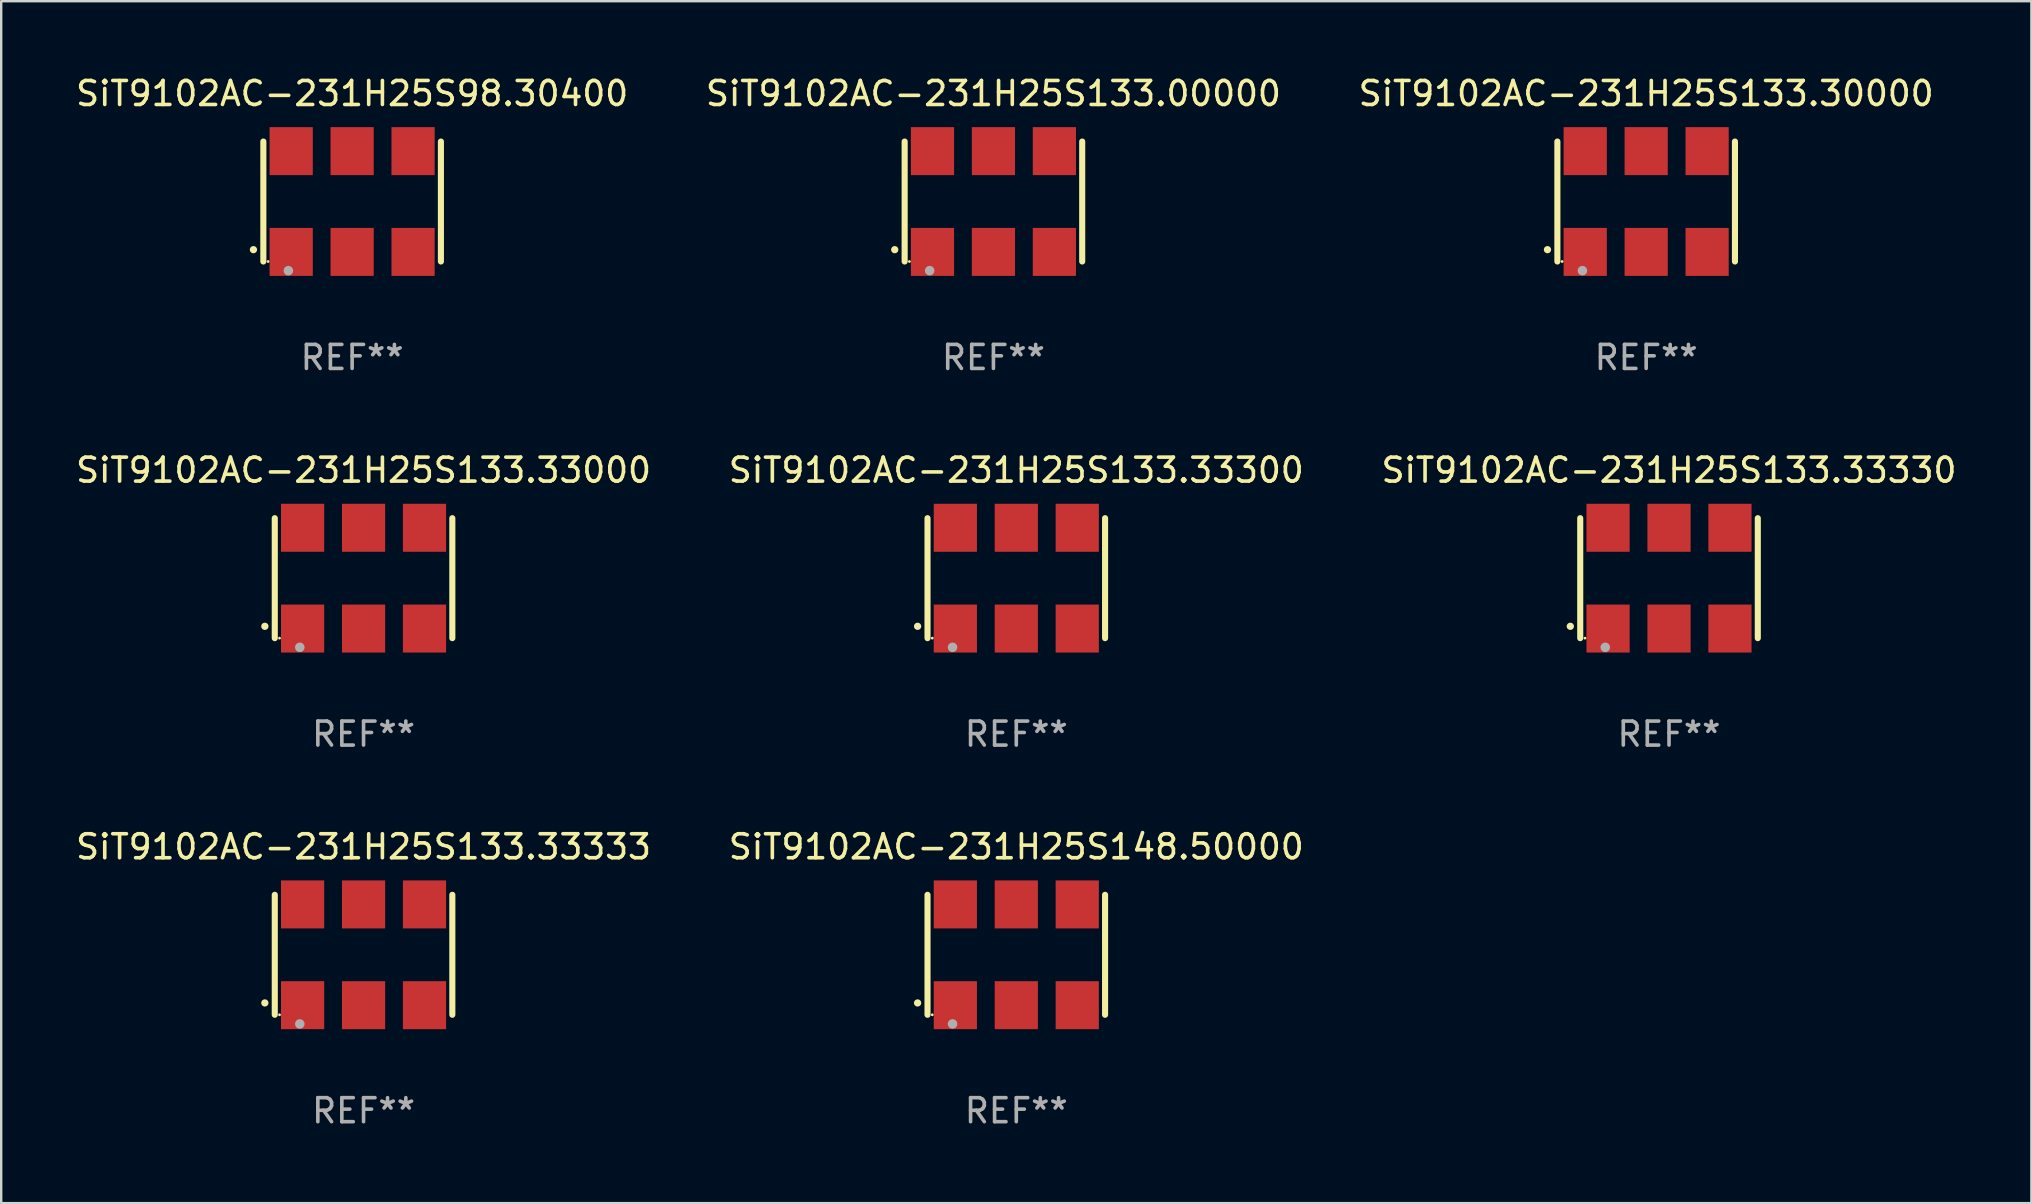
<source format=kicad_pcb>
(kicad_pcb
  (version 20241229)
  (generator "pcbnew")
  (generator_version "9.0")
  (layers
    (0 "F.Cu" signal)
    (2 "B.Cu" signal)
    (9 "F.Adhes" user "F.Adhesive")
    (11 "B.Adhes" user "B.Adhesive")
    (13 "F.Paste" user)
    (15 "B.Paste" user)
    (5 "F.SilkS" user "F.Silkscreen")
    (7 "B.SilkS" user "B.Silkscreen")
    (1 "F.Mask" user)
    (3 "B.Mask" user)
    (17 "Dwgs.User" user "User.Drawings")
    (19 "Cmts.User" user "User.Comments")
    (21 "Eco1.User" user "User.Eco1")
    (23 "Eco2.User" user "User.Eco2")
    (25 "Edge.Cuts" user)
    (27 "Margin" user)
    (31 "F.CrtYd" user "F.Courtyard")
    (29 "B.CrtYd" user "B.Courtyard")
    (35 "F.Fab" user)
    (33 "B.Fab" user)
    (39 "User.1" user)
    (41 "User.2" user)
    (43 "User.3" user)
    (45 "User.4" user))
  (footprint "SiT9102AC-231H25S133.33300"
    (layer "F.Cu")
    (at 39.304 21.045)
    (property "Reference" "SiT9102AC-231H25S133.33300" (at 0 -4.5 0) (layer "F.SilkS") (effects (font (size 1 1) (thickness 0.15))))
    (attr through_hole)
    (fp_line (start -3.7 -2.5) (end -3.7 2.5) (stroke (width 0.254) (type solid)) (layer "F.SilkS"))
    (fp_line (start 3.7 -2.5) (end 3.7 2.5) (stroke (width 0.254) (type solid)) (layer "F.SilkS"))
    (fp_arc (start -4.114415 2.006604) (mid -4.113145 2.006599) (end -4.111875 2.006604) (stroke (width 0.3) (type solid)) (layer "F.SilkS"))
    (fp_circle (center -3.502 2.5) (end -3.472 2.5) (stroke (width 0.06) (type solid)) (fill no) (layer "F.SilkS"))
    (fp_circle (center -2.657 2.882) (end -2.557 2.882) (stroke (width 0.2) (type solid)) (fill no) (layer "F.Fab"))
    (fp_text user "REF**" (at 0 6.5 0) (layer "F.Fab") (effects (font (size 1 1) (thickness 0.15))))
    (pad "1" smd rect (at -2.54 2.1) (size 1.8 2) (layers "F.Cu" "F.Mask" "F.Paste"))
    (pad "2" smd rect (at 0.000394 2.1) (size 1.8 2) (layers "F.Cu" "F.Mask" "F.Paste"))
    (pad "3" smd rect (at 2.54 2.1) (size 1.8 2) (layers "F.Cu" "F.Mask" "F.Paste"))
    (pad "4" smd rect (at 2.54 -2.1) (size 1.8 2) (layers "F.Cu" "F.Mask" "F.Paste"))
    (pad "5" smd rect (at 0.000394 -2.1) (size 1.8 2) (layers "F.Cu" "F.Mask" "F.Paste"))
    (pad "6" smd rect (at -2.54 -2.1) (size 1.8 2) (layers "F.Cu" "F.Mask" "F.Paste")))
  (footprint "SiT9102AC-231H25S133.33330"
    (layer "F.Cu")
    (at 66.506 21.045)
    (property "Reference" "SiT9102AC-231H25S133.33330" (at 0 -4.5 0) (layer "F.SilkS") (effects (font (size 1 1) (thickness 0.15))))
    (attr through_hole)
    (fp_line (start -3.7 -2.5) (end -3.7 2.5) (stroke (width 0.254) (type solid)) (layer "F.SilkS"))
    (fp_line (start 3.7 -2.5) (end 3.7 2.5) (stroke (width 0.254) (type solid)) (layer "F.SilkS"))
    (fp_arc (start -4.114415 2.006604) (mid -4.113145 2.006599) (end -4.111875 2.006604) (stroke (width 0.3) (type solid)) (layer "F.SilkS"))
    (fp_circle (center -3.502 2.5) (end -3.472 2.5) (stroke (width 0.06) (type solid)) (fill no) (layer "F.SilkS"))
    (fp_circle (center -2.657 2.882) (end -2.557 2.882) (stroke (width 0.2) (type solid)) (fill no) (layer "F.Fab"))
    (fp_text user "REF**" (at 0 6.5 0) (layer "F.Fab") (effects (font (size 1 1) (thickness 0.15))))
    (pad "1" smd rect (at -2.54 2.1) (size 1.8 2) (layers "F.Cu" "F.Mask" "F.Paste"))
    (pad "2" smd rect (at 0.000394 2.1) (size 1.8 2) (layers "F.Cu" "F.Mask" "F.Paste"))
    (pad "3" smd rect (at 2.54 2.1) (size 1.8 2) (layers "F.Cu" "F.Mask" "F.Paste"))
    (pad "4" smd rect (at 2.54 -2.1) (size 1.8 2) (layers "F.Cu" "F.Mask" "F.Paste"))
    (pad "5" smd rect (at 0.000394 -2.1) (size 1.8 2) (layers "F.Cu" "F.Mask" "F.Paste"))
    (pad "6" smd rect (at -2.54 -2.1) (size 1.8 2) (layers "F.Cu" "F.Mask" "F.Paste")))
  (footprint "SiT9102AC-231H25S98.30400"
    (layer "F.Cu")
    (at 11.625 5.348)
    (property "Reference" "SiT9102AC-231H25S98.30400" (at 0 -4.5 0) (layer "F.SilkS") (effects (font (size 1 1) (thickness 0.15))))
    (attr through_hole)
    (fp_line (start -3.7 -2.5) (end -3.7 2.5) (stroke (width 0.254) (type solid)) (layer "F.SilkS"))
    (fp_line (start 3.7 -2.5) (end 3.7 2.5) (stroke (width 0.254) (type solid)) (layer "F.SilkS"))
    (fp_arc (start -4.114415 2.006604) (mid -4.113145 2.006599) (end -4.111875 2.006604) (stroke (width 0.3) (type solid)) (layer "F.SilkS"))
    (fp_circle (center -3.502 2.5) (end -3.472 2.5) (stroke (width 0.06) (type solid)) (fill no) (layer "F.SilkS"))
    (fp_circle (center -2.657 2.882) (end -2.557 2.882) (stroke (width 0.2) (type solid)) (fill no) (layer "F.Fab"))
    (fp_text user "REF**" (at 0 6.5 0) (layer "F.Fab") (effects (font (size 1 1) (thickness 0.15))))
    (pad "1" smd rect (at -2.54 2.1) (size 1.8 2) (layers "F.Cu" "F.Mask" "F.Paste"))
    (pad "2" smd rect (at 0.000394 2.1) (size 1.8 2) (layers "F.Cu" "F.Mask" "F.Paste"))
    (pad "3" smd rect (at 2.54 2.1) (size 1.8 2) (layers "F.Cu" "F.Mask" "F.Paste"))
    (pad "4" smd rect (at 2.54 -2.1) (size 1.8 2) (layers "F.Cu" "F.Mask" "F.Paste"))
    (pad "5" smd rect (at 0.000394 -2.1) (size 1.8 2) (layers "F.Cu" "F.Mask" "F.Paste"))
    (pad "6" smd rect (at -2.54 -2.1) (size 1.8 2) (layers "F.Cu" "F.Mask" "F.Paste")))
  (footprint "SiT9102AC-231H25S133.00000"
    (layer "F.Cu")
    (at 38.351 5.348)
    (property "Reference" "SiT9102AC-231H25S133.00000" (at 0 -4.5 0) (layer "F.SilkS") (effects (font (size 1 1) (thickness 0.15))))
    (attr through_hole)
    (fp_line (start -3.7 -2.5) (end -3.7 2.5) (stroke (width 0.254) (type solid)) (layer "F.SilkS"))
    (fp_line (start 3.7 -2.5) (end 3.7 2.5) (stroke (width 0.254) (type solid)) (layer "F.SilkS"))
    (fp_arc (start -4.114415 2.006604) (mid -4.113145 2.006599) (end -4.111875 2.006604) (stroke (width 0.3) (type solid)) (layer "F.SilkS"))
    (fp_circle (center -3.502 2.5) (end -3.472 2.5) (stroke (width 0.06) (type solid)) (fill no) (layer "F.SilkS"))
    (fp_circle (center -2.657 2.882) (end -2.557 2.882) (stroke (width 0.2) (type solid)) (fill no) (layer "F.Fab"))
    (fp_text user "REF**" (at 0 6.5 0) (layer "F.Fab") (effects (font (size 1 1) (thickness 0.15))))
    (pad "1" smd rect (at -2.54 2.1) (size 1.8 2) (layers "F.Cu" "F.Mask" "F.Paste"))
    (pad "2" smd rect (at 0.000394 2.1) (size 1.8 2) (layers "F.Cu" "F.Mask" "F.Paste"))
    (pad "3" smd rect (at 2.54 2.1) (size 1.8 2) (layers "F.Cu" "F.Mask" "F.Paste"))
    (pad "4" smd rect (at 2.54 -2.1) (size 1.8 2) (layers "F.Cu" "F.Mask" "F.Paste"))
    (pad "5" smd rect (at 0.000394 -2.1) (size 1.8 2) (layers "F.Cu" "F.Mask" "F.Paste"))
    (pad "6" smd rect (at -2.54 -2.1) (size 1.8 2) (layers "F.Cu" "F.Mask" "F.Paste")))
  (footprint "SiT9102AC-231H25S133.33000"
    (layer "F.Cu")
    (at 12.101 21.045)
    (property "Reference" "SiT9102AC-231H25S133.33000" (at 0 -4.5 0) (layer "F.SilkS") (effects (font (size 1 1) (thickness 0.15))))
    (attr through_hole)
    (fp_line (start -3.7 -2.5) (end -3.7 2.5) (stroke (width 0.254) (type solid)) (layer "F.SilkS"))
    (fp_line (start 3.7 -2.5) (end 3.7 2.5) (stroke (width 0.254) (type solid)) (layer "F.SilkS"))
    (fp_arc (start -4.114415 2.006604) (mid -4.113145 2.006599) (end -4.111875 2.006604) (stroke (width 0.3) (type solid)) (layer "F.SilkS"))
    (fp_circle (center -3.502 2.5) (end -3.472 2.5) (stroke (width 0.06) (type solid)) (fill no) (layer "F.SilkS"))
    (fp_circle (center -2.657 2.882) (end -2.557 2.882) (stroke (width 0.2) (type solid)) (fill no) (layer "F.Fab"))
    (fp_text user "REF**" (at 0 6.5 0) (layer "F.Fab") (effects (font (size 1 1) (thickness 0.15))))
    (pad "1" smd rect (at -2.54 2.1) (size 1.8 2) (layers "F.Cu" "F.Mask" "F.Paste"))
    (pad "2" smd rect (at 0.000394 2.1) (size 1.8 2) (layers "F.Cu" "F.Mask" "F.Paste"))
    (pad "3" smd rect (at 2.54 2.1) (size 1.8 2) (layers "F.Cu" "F.Mask" "F.Paste"))
    (pad "4" smd rect (at 2.54 -2.1) (size 1.8 2) (layers "F.Cu" "F.Mask" "F.Paste"))
    (pad "5" smd rect (at 0.000394 -2.1) (size 1.8 2) (layers "F.Cu" "F.Mask" "F.Paste"))
    (pad "6" smd rect (at -2.54 -2.1) (size 1.8 2) (layers "F.Cu" "F.Mask" "F.Paste")))
  (footprint "SiT9102AC-231H25S148.50000"
    (layer "F.Cu")
    (at 39.304 36.741)
    (property "Reference" "SiT9102AC-231H25S148.50000" (at 0 -4.5 0) (layer "F.SilkS") (effects (font (size 1 1) (thickness 0.15))))
    (attr through_hole)
    (fp_line (start -3.7 -2.5) (end -3.7 2.5) (stroke (width 0.254) (type solid)) (layer "F.SilkS"))
    (fp_line (start 3.7 -2.5) (end 3.7 2.5) (stroke (width 0.254) (type solid)) (layer "F.SilkS"))
    (fp_arc (start -4.114415 2.006604) (mid -4.113145 2.006599) (end -4.111875 2.006604) (stroke (width 0.3) (type solid)) (layer "F.SilkS"))
    (fp_circle (center -3.502 2.5) (end -3.472 2.5) (stroke (width 0.06) (type solid)) (fill no) (layer "F.SilkS"))
    (fp_circle (center -2.657 2.882) (end -2.557 2.882) (stroke (width 0.2) (type solid)) (fill no) (layer "F.Fab"))
    (fp_text user "REF**" (at 0 6.5 0) (layer "F.Fab") (effects (font (size 1 1) (thickness 0.15))))
    (pad "1" smd rect (at -2.54 2.1) (size 1.8 2) (layers "F.Cu" "F.Mask" "F.Paste"))
    (pad "2" smd rect (at 0.000394 2.1) (size 1.8 2) (layers "F.Cu" "F.Mask" "F.Paste"))
    (pad "3" smd rect (at 2.54 2.1) (size 1.8 2) (layers "F.Cu" "F.Mask" "F.Paste"))
    (pad "4" smd rect (at 2.54 -2.1) (size 1.8 2) (layers "F.Cu" "F.Mask" "F.Paste"))
    (pad "5" smd rect (at 0.000394 -2.1) (size 1.8 2) (layers "F.Cu" "F.Mask" "F.Paste"))
    (pad "6" smd rect (at -2.54 -2.1) (size 1.8 2) (layers "F.Cu" "F.Mask" "F.Paste")))
  (footprint "SiT9102AC-231H25S133.33333"
    (layer "F.Cu")
    (at 12.101 36.741)
    (property "Reference" "SiT9102AC-231H25S133.33333" (at 0 -4.5 0) (layer "F.SilkS") (effects (font (size 1 1) (thickness 0.15))))
    (attr through_hole)
    (fp_line (start -3.7 -2.5) (end -3.7 2.5) (stroke (width 0.254) (type solid)) (layer "F.SilkS"))
    (fp_line (start 3.7 -2.5) (end 3.7 2.5) (stroke (width 0.254) (type solid)) (layer "F.SilkS"))
    (fp_arc (start -4.114415 2.006604) (mid -4.113145 2.006599) (end -4.111875 2.006604) (stroke (width 0.3) (type solid)) (layer "F.SilkS"))
    (fp_circle (center -3.502 2.5) (end -3.472 2.5) (stroke (width 0.06) (type solid)) (fill no) (layer "F.SilkS"))
    (fp_circle (center -2.657 2.882) (end -2.557 2.882) (stroke (width 0.2) (type solid)) (fill no) (layer "F.Fab"))
    (fp_text user "REF**" (at 0 6.5 0) (layer "F.Fab") (effects (font (size 1 1) (thickness 0.15))))
    (pad "1" smd rect (at -2.54 2.1) (size 1.8 2) (layers "F.Cu" "F.Mask" "F.Paste"))
    (pad "2" smd rect (at 0.000394 2.1) (size 1.8 2) (layers "F.Cu" "F.Mask" "F.Paste"))
    (pad "3" smd rect (at 2.54 2.1) (size 1.8 2) (layers "F.Cu" "F.Mask" "F.Paste"))
    (pad "4" smd rect (at 2.54 -2.1) (size 1.8 2) (layers "F.Cu" "F.Mask" "F.Paste"))
    (pad "5" smd rect (at 0.000394 -2.1) (size 1.8 2) (layers "F.Cu" "F.Mask" "F.Paste"))
    (pad "6" smd rect (at -2.54 -2.1) (size 1.8 2) (layers "F.Cu" "F.Mask" "F.Paste")))
  (footprint "SiT9102AC-231H25S133.30000"
    (layer "F.Cu")
    (at 65.554 5.348)
    (property "Reference" "SiT9102AC-231H25S133.30000" (at 0 -4.5 0) (layer "F.SilkS") (effects (font (size 1 1) (thickness 0.15))))
    (attr through_hole)
    (fp_line (start -3.7 -2.5) (end -3.7 2.5) (stroke (width 0.254) (type solid)) (layer "F.SilkS"))
    (fp_line (start 3.7 -2.5) (end 3.7 2.5) (stroke (width 0.254) (type solid)) (layer "F.SilkS"))
    (fp_arc (start -4.114415 2.006604) (mid -4.113145 2.006599) (end -4.111875 2.006604) (stroke (width 0.3) (type solid)) (layer "F.SilkS"))
    (fp_circle (center -3.502 2.5) (end -3.472 2.5) (stroke (width 0.06) (type solid)) (fill no) (layer "F.SilkS"))
    (fp_circle (center -2.657 2.882) (end -2.557 2.882) (stroke (width 0.2) (type solid)) (fill no) (layer "F.Fab"))
    (fp_text user "REF**" (at 0 6.5 0) (layer "F.Fab") (effects (font (size 1 1) (thickness 0.15))))
    (pad "1" smd rect (at -2.54 2.1) (size 1.8 2) (layers "F.Cu" "F.Mask" "F.Paste"))
    (pad "2" smd rect (at 0.000394 2.1) (size 1.8 2) (layers "F.Cu" "F.Mask" "F.Paste"))
    (pad "3" smd rect (at 2.54 2.1) (size 1.8 2) (layers "F.Cu" "F.Mask" "F.Paste"))
    (pad "4" smd rect (at 2.54 -2.1) (size 1.8 2) (layers "F.Cu" "F.Mask" "F.Paste"))
    (pad "5" smd rect (at 0.000394 -2.1) (size 1.8 2) (layers "F.Cu" "F.Mask" "F.Paste"))
    (pad "6" smd rect (at -2.54 -2.1) (size 1.8 2) (layers "F.Cu" "F.Mask" "F.Paste")))
  (gr_rect
    (start -3 -3)
    (end 81.607 47.09)
    (stroke (width 0.1) (type default))
    (fill no)
    (layer "Edge.Cuts")))
</source>
